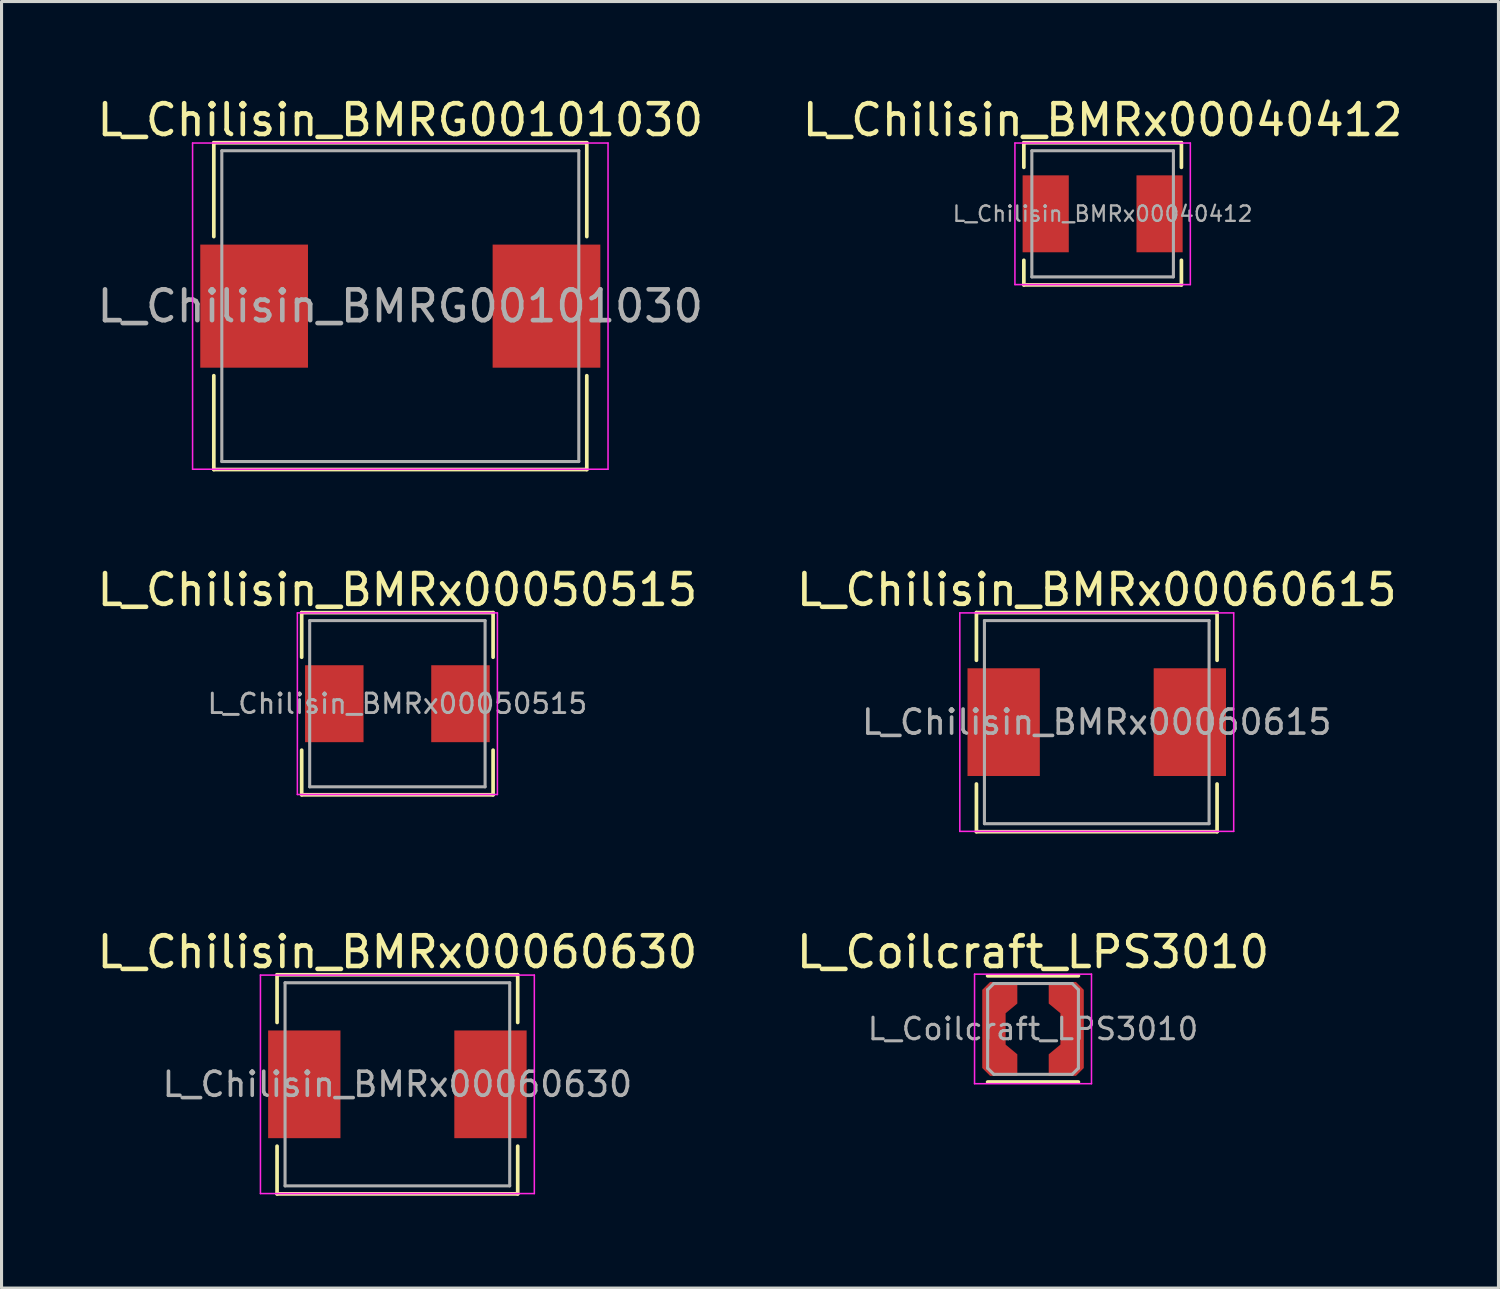
<source format=kicad_pcb>
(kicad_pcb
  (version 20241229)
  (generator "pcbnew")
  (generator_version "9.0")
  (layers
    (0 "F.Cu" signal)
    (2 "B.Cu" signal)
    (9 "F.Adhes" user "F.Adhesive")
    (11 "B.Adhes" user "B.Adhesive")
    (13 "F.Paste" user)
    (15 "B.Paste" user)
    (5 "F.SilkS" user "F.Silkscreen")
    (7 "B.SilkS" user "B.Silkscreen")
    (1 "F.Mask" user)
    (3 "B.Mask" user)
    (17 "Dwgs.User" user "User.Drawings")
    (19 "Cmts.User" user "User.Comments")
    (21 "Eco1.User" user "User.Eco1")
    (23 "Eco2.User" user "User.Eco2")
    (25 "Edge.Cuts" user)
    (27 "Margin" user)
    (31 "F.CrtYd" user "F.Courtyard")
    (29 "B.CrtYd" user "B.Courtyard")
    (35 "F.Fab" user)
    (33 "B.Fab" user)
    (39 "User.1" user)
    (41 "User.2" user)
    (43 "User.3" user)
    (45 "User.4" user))
  (footprint "L_Chilisin_BMRx00040412"
    (layer "F.Cu")
    (at 32.78 3.898)
    (property "Reference" "L_Chilisin_BMRx00040412" (at 0 -3.05 0) (layer "F.SilkS") (effects (font (size 1 1) (thickness 0.15))))
    (attr smd)
    (fp_line (start -2.56 -2.31) (end -2.56 -1.51) (stroke (width 0.12) (type solid)) (layer "F.SilkS"))
    (fp_line (start -2.56 -2.31) (end 2.56 -2.31) (stroke (width 0.12) (type solid)) (layer "F.SilkS"))
    (fp_line (start -2.56 2.31) (end -2.56 1.51) (stroke (width 0.12) (type solid)) (layer "F.SilkS"))
    (fp_line (start -2.56 2.31) (end 2.56 2.31) (stroke (width 0.12) (type solid)) (layer "F.SilkS"))
    (fp_line (start 2.56 -2.31) (end 2.56 -1.51) (stroke (width 0.12) (type solid)) (layer "F.SilkS"))
    (fp_line (start 2.56 2.31) (end 2.56 1.51) (stroke (width 0.12) (type solid)) (layer "F.SilkS"))
    (fp_line (start -2.85 -2.3) (end -2.85 2.3) (stroke (width 0.05) (type solid)) (layer "F.CrtYd"))
    (fp_line (start -2.85 2.3) (end 2.85 2.3) (stroke (width 0.05) (type solid)) (layer "F.CrtYd"))
    (fp_line (start 2.85 -2.3) (end -2.85 -2.3) (stroke (width 0.05) (type solid)) (layer "F.CrtYd"))
    (fp_line (start 2.85 2.3) (end 2.85 -2.3) (stroke (width 0.05) (type solid)) (layer "F.CrtYd"))
    (fp_line (start -2.3 -2.05) (end -2.3 2.05) (stroke (width 0.1) (type solid)) (layer "F.Fab"))
    (fp_line (start -2.3 2.05) (end 2.3 2.05) (stroke (width 0.1) (type solid)) (layer "F.Fab"))
    (fp_line (start 2.3 -2.05) (end -2.3 -2.05) (stroke (width 0.1) (type solid)) (layer "F.Fab"))
    (fp_line (start 2.3 2.05) (end 2.3 -2.05) (stroke (width 0.1) (type solid)) (layer "F.Fab"))
    (fp_text user "${REFERENCE}" (at 0 0 0) (layer "F.Fab") (effects (font (size 0.5 0.5) (thickness 0.075))))
    (pad "1" smd rect (at -1.85 0) (size 1.5 2.5) (layers "F.Cu" "F.Mask" "F.Paste"))
    (pad "2" smd rect (at 1.85 0) (size 1.5 2.5) (layers "F.Cu" "F.Mask" "F.Paste")))
  (footprint "L_Chilisin_BMRx00050515"
    (layer "F.Cu")
    (at 9.863 19.817)
    (property "Reference" "L_Chilisin_BMRx00050515" (at 0 -3.7 0) (layer "F.SilkS") (effects (font (size 1 1) (thickness 0.15))))
    (attr smd)
    (fp_line (start -3.11 -2.96) (end -3.11 -1.51) (stroke (width 0.12) (type solid)) (layer "F.SilkS"))
    (fp_line (start -3.11 -2.96) (end 3.11 -2.96) (stroke (width 0.12) (type solid)) (layer "F.SilkS"))
    (fp_line (start -3.11 2.96) (end -3.11 1.51) (stroke (width 0.12) (type solid)) (layer "F.SilkS"))
    (fp_line (start -3.11 2.96) (end 3.11 2.96) (stroke (width 0.12) (type solid)) (layer "F.SilkS"))
    (fp_line (start 3.11 -2.96) (end 3.11 -1.51) (stroke (width 0.12) (type solid)) (layer "F.SilkS"))
    (fp_line (start 3.11 2.96) (end 3.11 1.51) (stroke (width 0.12) (type solid)) (layer "F.SilkS"))
    (fp_line (start -3.25 -2.95) (end -3.25 2.95) (stroke (width 0.05) (type solid)) (layer "F.CrtYd"))
    (fp_line (start -3.25 2.95) (end 3.25 2.95) (stroke (width 0.05) (type solid)) (layer "F.CrtYd"))
    (fp_line (start 3.25 -2.95) (end -3.25 -2.95) (stroke (width 0.05) (type solid)) (layer "F.CrtYd"))
    (fp_line (start 3.25 2.95) (end 3.25 -2.95) (stroke (width 0.05) (type solid)) (layer "F.CrtYd"))
    (fp_line (start -2.85 -2.7) (end -2.85 2.7) (stroke (width 0.1) (type solid)) (layer "F.Fab"))
    (fp_line (start -2.85 2.7) (end 2.85 2.7) (stroke (width 0.1) (type solid)) (layer "F.Fab"))
    (fp_line (start 2.85 -2.7) (end -2.85 -2.7) (stroke (width 0.1) (type solid)) (layer "F.Fab"))
    (fp_line (start 2.85 2.7) (end 2.85 -2.7) (stroke (width 0.1) (type solid)) (layer "F.Fab"))
    (fp_text user "${REFERENCE}" (at 0 0 0) (layer "F.Fab") (effects (font (size 0.633 0.633) (thickness 0.095))))
    (pad "1" smd rect (at -2.05 0) (size 1.9 2.5) (layers "F.Cu" "F.Mask" "F.Paste"))
    (pad "2" smd rect (at 2.05 0) (size 1.9 2.5) (layers "F.Cu" "F.Mask" "F.Paste")))
  (footprint "L_Chilisin_BMRx00060630"
    (layer "F.Cu")
    (at 9.863 32.185)
    (property "Reference" "L_Chilisin_BMRx00060630" (at 0 -4.3 0) (layer "F.SilkS") (effects (font (size 1 1) (thickness 0.15))))
    (attr smd)
    (fp_line (start -3.91 -3.56) (end -3.91 -2.01) (stroke (width 0.12) (type solid)) (layer "F.SilkS"))
    (fp_line (start -3.91 -3.56) (end 3.91 -3.56) (stroke (width 0.12) (type solid)) (layer "F.SilkS"))
    (fp_line (start -3.91 3.56) (end -3.91 2.01) (stroke (width 0.12) (type solid)) (layer "F.SilkS"))
    (fp_line (start -3.91 3.56) (end 3.91 3.56) (stroke (width 0.12) (type solid)) (layer "F.SilkS"))
    (fp_line (start 3.91 -3.56) (end 3.91 -2.01) (stroke (width 0.12) (type solid)) (layer "F.SilkS"))
    (fp_line (start 3.91 3.56) (end 3.91 2.01) (stroke (width 0.12) (type solid)) (layer "F.SilkS"))
    (fp_line (start -4.45 -3.55) (end -4.45 3.55) (stroke (width 0.05) (type solid)) (layer "F.CrtYd"))
    (fp_line (start -4.45 3.55) (end 4.45 3.55) (stroke (width 0.05) (type solid)) (layer "F.CrtYd"))
    (fp_line (start 4.45 -3.55) (end -4.45 -3.55) (stroke (width 0.05) (type solid)) (layer "F.CrtYd"))
    (fp_line (start 4.45 3.55) (end 4.45 -3.55) (stroke (width 0.05) (type solid)) (layer "F.CrtYd"))
    (fp_line (start -3.65 -3.3) (end -3.65 3.3) (stroke (width 0.1) (type solid)) (layer "F.Fab"))
    (fp_line (start -3.65 3.3) (end 3.65 3.3) (stroke (width 0.1) (type solid)) (layer "F.Fab"))
    (fp_line (start 3.65 -3.3) (end -3.65 -3.3) (stroke (width 0.1) (type solid)) (layer "F.Fab"))
    (fp_line (start 3.65 3.3) (end 3.65 -3.3) (stroke (width 0.1) (type solid)) (layer "F.Fab"))
    (fp_text user "${REFERENCE}" (at 0 0 0) (layer "F.Fab") (effects (font (size 0.783 0.783) (thickness 0.117))))
    (pad "1" smd rect (at -3.025 0) (size 2.35 3.5) (layers "F.Cu" "F.Mask" "F.Paste"))
    (pad "2" smd rect (at 3.025 0) (size 2.35 3.5) (layers "F.Cu" "F.Mask" "F.Paste")))
  (footprint "L_Chilisin_BMRG00101030"
    (layer "F.Cu")
    (at 9.958 6.898)
    (property "Reference" "L_Chilisin_BMRG00101030" (at 0 -6.05 0) (layer "F.SilkS") (effects (font (size 1 1) (thickness 0.15))))
    (attr smd)
    (fp_line (start -6.06 -5.31) (end -6.06 -2.26) (stroke (width 0.12) (type solid)) (layer "F.SilkS"))
    (fp_line (start -6.06 -5.31) (end 6.06 -5.31) (stroke (width 0.12) (type solid)) (layer "F.SilkS"))
    (fp_line (start -6.06 5.31) (end -6.06 2.26) (stroke (width 0.12) (type solid)) (layer "F.SilkS"))
    (fp_line (start -6.06 5.31) (end 6.06 5.31) (stroke (width 0.12) (type solid)) (layer "F.SilkS"))
    (fp_line (start 6.06 -5.31) (end 6.06 -2.26) (stroke (width 0.12) (type solid)) (layer "F.SilkS"))
    (fp_line (start 6.06 5.31) (end 6.06 2.26) (stroke (width 0.12) (type solid)) (layer "F.SilkS"))
    (fp_line (start -6.75 -5.3) (end -6.75 5.3) (stroke (width 0.05) (type solid)) (layer "F.CrtYd"))
    (fp_line (start -6.75 5.3) (end 6.75 5.3) (stroke (width 0.05) (type solid)) (layer "F.CrtYd"))
    (fp_line (start 6.75 -5.3) (end -6.75 -5.3) (stroke (width 0.05) (type solid)) (layer "F.CrtYd"))
    (fp_line (start 6.75 5.3) (end 6.75 -5.3) (stroke (width 0.05) (type solid)) (layer "F.CrtYd"))
    (fp_line (start -5.8 -5.05) (end -5.8 5.05) (stroke (width 0.1) (type solid)) (layer "F.Fab"))
    (fp_line (start -5.8 5.05) (end 5.8 5.05) (stroke (width 0.1) (type solid)) (layer "F.Fab"))
    (fp_line (start 5.8 -5.05) (end -5.8 -5.05) (stroke (width 0.1) (type solid)) (layer "F.Fab"))
    (fp_line (start 5.8 5.05) (end 5.8 -5.05) (stroke (width 0.1) (type solid)) (layer "F.Fab"))
    (fp_text user "${REFERENCE}" (at 0 0 0) (layer "F.Fab") (effects (font (size 1 1) (thickness 0.15))))
    (pad "1" smd rect (at -4.75 0) (size 3.5 4) (layers "F.Cu" "F.Mask" "F.Paste"))
    (pad "2" smd rect (at 4.75 0) (size 3.5 4) (layers "F.Cu" "F.Mask" "F.Paste")))
  (footprint "L_Chilisin_BMRx00060615"
    (layer "F.Cu")
    (at 32.589 20.416)
    (property "Reference" "L_Chilisin_BMRx00060615" (at 0 -4.3 0) (layer "F.SilkS") (effects (font (size 1 1) (thickness 0.15))))
    (attr smd)
    (fp_line (start -3.91 -3.56) (end -3.91 -2.01) (stroke (width 0.12) (type solid)) (layer "F.SilkS"))
    (fp_line (start -3.91 -3.56) (end 3.91 -3.56) (stroke (width 0.12) (type solid)) (layer "F.SilkS"))
    (fp_line (start -3.91 3.56) (end -3.91 2.01) (stroke (width 0.12) (type solid)) (layer "F.SilkS"))
    (fp_line (start -3.91 3.56) (end 3.91 3.56) (stroke (width 0.12) (type solid)) (layer "F.SilkS"))
    (fp_line (start 3.91 -3.56) (end 3.91 -2.01) (stroke (width 0.12) (type solid)) (layer "F.SilkS"))
    (fp_line (start 3.91 3.56) (end 3.91 2.01) (stroke (width 0.12) (type solid)) (layer "F.SilkS"))
    (fp_line (start -4.45 -3.55) (end -4.45 3.55) (stroke (width 0.05) (type solid)) (layer "F.CrtYd"))
    (fp_line (start -4.45 3.55) (end 4.45 3.55) (stroke (width 0.05) (type solid)) (layer "F.CrtYd"))
    (fp_line (start 4.45 -3.55) (end -4.45 -3.55) (stroke (width 0.05) (type solid)) (layer "F.CrtYd"))
    (fp_line (start 4.45 3.55) (end 4.45 -3.55) (stroke (width 0.05) (type solid)) (layer "F.CrtYd"))
    (fp_line (start -3.65 -3.3) (end -3.65 3.3) (stroke (width 0.1) (type solid)) (layer "F.Fab"))
    (fp_line (start -3.65 3.3) (end 3.65 3.3) (stroke (width 0.1) (type solid)) (layer "F.Fab"))
    (fp_line (start 3.65 -3.3) (end -3.65 -3.3) (stroke (width 0.1) (type solid)) (layer "F.Fab"))
    (fp_line (start 3.65 3.3) (end 3.65 -3.3) (stroke (width 0.1) (type solid)) (layer "F.Fab"))
    (fp_text user "${REFERENCE}" (at 0 0 0) (layer "F.Fab") (effects (font (size 0.783 0.783) (thickness 0.117))))
    (pad "1" smd rect (at -3.025 0) (size 2.35 3.5) (layers "F.Cu" "F.Mask" "F.Paste"))
    (pad "2" smd rect (at 3.025 0) (size 2.35 3.5) (layers "F.Cu" "F.Mask" "F.Paste")))
  (footprint "L_Coilcraft_LPS3010"
    (layer "F.Cu")
    (at 30.518 30.385)
    (property "Reference" "L_Coilcraft_LPS3010" (at 0 -2.5 0) (layer "F.SilkS") (effects (font (size 1 1) (thickness 0.15))))
    (attr smd)
    (fp_line (start -1.475 -1.725) (end 1.475 -1.725) (stroke (width 0.12) (type solid)) (layer "F.SilkS"))
    (fp_line (start -1.475 1.725) (end 1.475 1.725) (stroke (width 0.12) (type solid)) (layer "F.SilkS"))
    (fp_line (start -1.9 -1.78) (end 1.9 -1.78) (stroke (width 0.05) (type solid)) (layer "F.CrtYd"))
    (fp_line (start -1.9 1.78) (end -1.9 -1.78) (stroke (width 0.05) (type solid)) (layer "F.CrtYd"))
    (fp_line (start 1.9 -1.78) (end 1.9 1.78) (stroke (width 0.05) (type solid)) (layer "F.CrtYd"))
    (fp_line (start 1.9 1.78) (end -1.9 1.78) (stroke (width 0.05) (type solid)) (layer "F.CrtYd"))
    (fp_line (start -1.475 -1.275) (end -1.275 -1.475) (stroke (width 0.1) (type solid)) (layer "F.Fab"))
    (fp_line (start -1.475 1.275) (end -1.475 -1.275) (stroke (width 0.1) (type solid)) (layer "F.Fab"))
    (fp_line (start -1.475 1.275) (end -1.275 1.475) (stroke (width 0.1) (type solid)) (layer "F.Fab"))
    (fp_line (start -1.275 -1.475) (end 1.275 -1.475) (stroke (width 0.1) (type solid)) (layer "F.Fab"))
    (fp_line (start 1.275 -1.475) (end 1.475 -1.275) (stroke (width 0.1) (type solid)) (layer "F.Fab"))
    (fp_line (start 1.275 1.475) (end -1.275 1.475) (stroke (width 0.1) (type solid)) (layer "F.Fab"))
    (fp_line (start 1.475 -1.275) (end 1.475 1.275) (stroke (width 0.1) (type solid)) (layer "F.Fab"))
    (fp_line (start 1.475 1.275) (end 1.275 1.475) (stroke (width 0.1) (type solid)) (layer "F.Fab"))
    (fp_text user "${REFERENCE}" (at 0 0 0) (layer "F.Fab") (effects (font (size 0.7 0.7) (thickness 0.1))))
    (pad "1" smd custom (at -1.27 0) (size 0.76 2.54) (layers "F.Cu" "F.Mask" "F.Paste") (options (anchor rect)) (primitives (gr_poly (pts (xy 0.76 -0.825) (xy 0.38 -0.51) (xy 0.38 0.51) (xy 0.76 0.825) (xy 0.76 1.525) (xy -0.125 1.525) (xy -0.38 1.27) (xy -0.38 -1.27) (xy -0.125 -1.525) (xy 0.76 -1.525)) (width 0) (fill yes))))
    (pad "2" smd custom (at 1.27 0 180) (size 0.76 2.54) (layers "F.Cu" "F.Mask" "F.Paste") (options (anchor rect)) (primitives (gr_poly (pts (xy 0.76 -0.825) (xy 0.38 -0.51) (xy 0.38 0.51) (xy 0.76 0.825) (xy 0.76 1.525) (xy -0.125 1.525) (xy -0.38 1.27) (xy -0.38 -1.27) (xy -0.125 -1.525) (xy 0.76 -1.525)) (width 0) (fill yes)))))
  (gr_rect
    (start -3 -3)
    (end 45.643 38.805)
    (stroke (width 0.1) (type default))
    (fill no)
    (layer "Edge.Cuts")))
</source>
